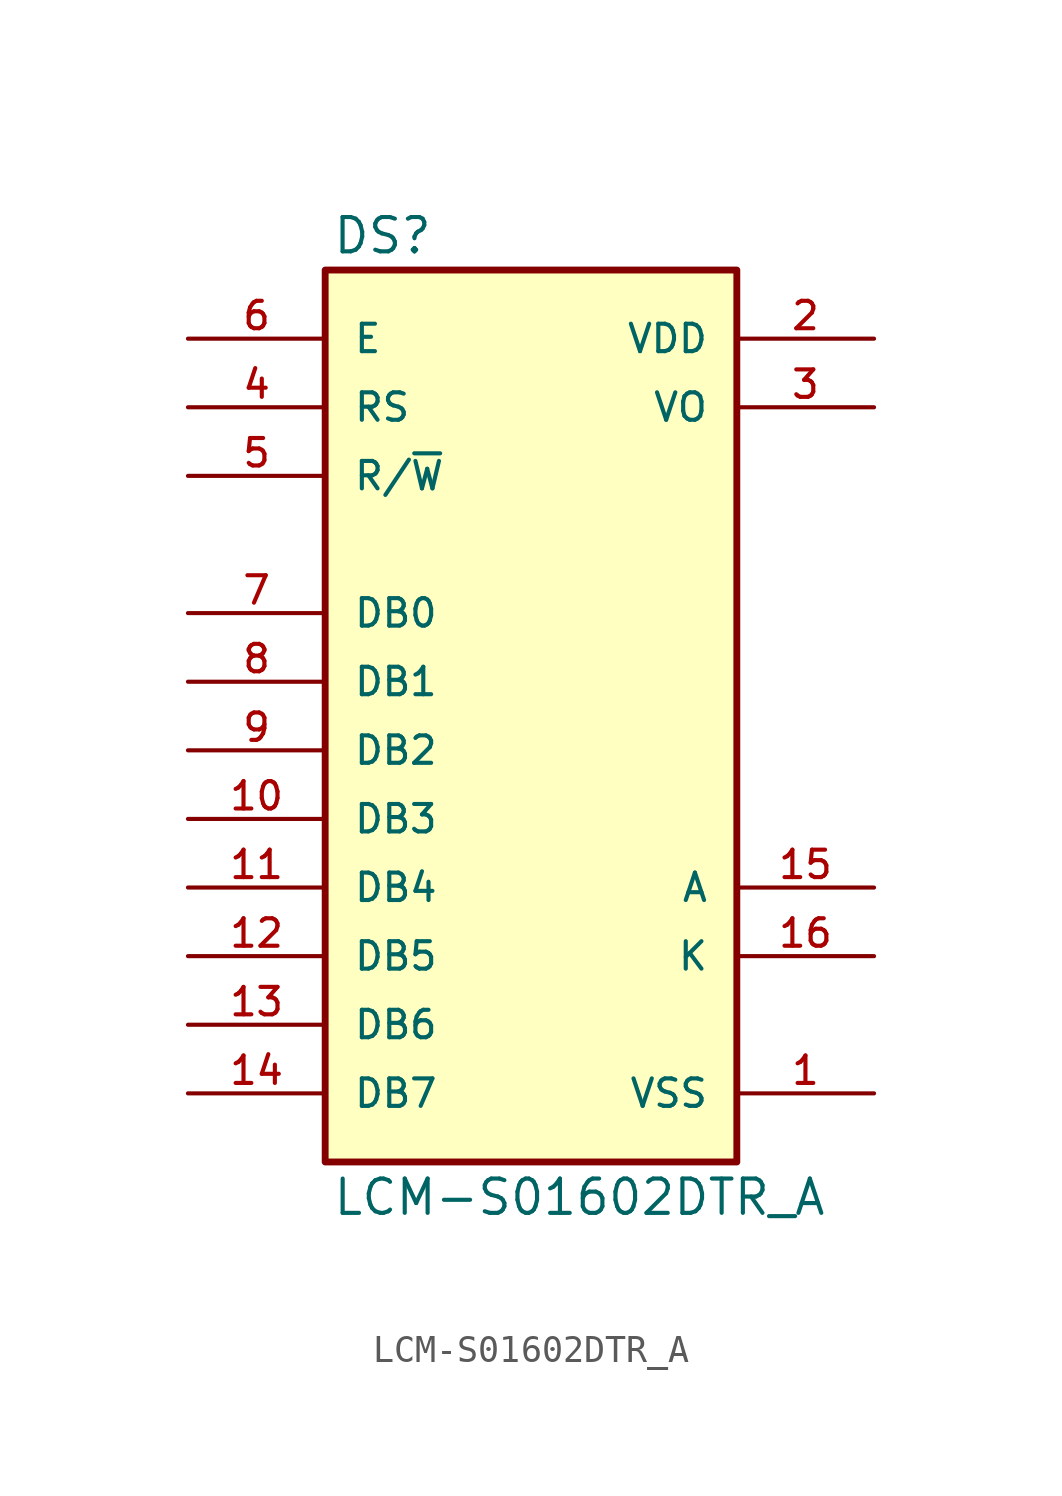
<source format=kicad_sym>
(kicad_symbol_lib
  (version 20211014)
  (generator kicad_symbol_editor)
  (symbol "LCM-S01602DTR_A"
    (pin_names
      (offset 1.016))
    (property "Reference" "DS"
      (at -9.918 18.31 0)
      (effects (font (size 1.27 1.27)) (justify bottom left)))
    (property "Value" "LCM-S01602DTR_A"
      (at -9.915 -17.287 0)
      (effects (font (size 1.27 1.27)) (justify bottom left)))
    (symbol "LCM-S01602DTR_A_0_0"
      (rectangle (start -10.16 -15.24) (end 5.08 17.78) (stroke (width 0.254)) (fill (type background)))
      (pin power_in line (at 10.16 -12.7 180.0) (length 5.08) (name "VSS" (effects (font (size 1.016 1.016)))) (number "1" (effects (font (size 1.016 1.016)))))
      (pin power_in line (at 10.16 15.24 180.0) (length 5.08) (name "VDD" (effects (font (size 1.016 1.016)))) (number "2" (effects (font (size 1.016 1.016)))))
      (pin power_in line (at 10.16 12.7 180.0) (length 5.08) (name "VO" (effects (font (size 1.016 1.016)))) (number "3" (effects (font (size 1.016 1.016)))))
      (pin input line (at -15.24 12.7 0) (length 5.08) (name "RS" (effects (font (size 1.016 1.016)))) (number "4" (effects (font (size 1.016 1.016)))))
      (pin input line (at -15.24 10.16 0) (length 5.08) (name "R/~{W}" (effects (font (size 1.016 1.016)))) (number "5" (effects (font (size 1.016 1.016)))))
      (pin input line (at -15.24 15.24 0) (length 5.08) (name "E" (effects (font (size 1.016 1.016)))) (number "6" (effects (font (size 1.016 1.016)))))
      (pin bidirectional line (at -15.24 5.08 0) (length 5.08) (name "DB0" (effects (font (size 1.016 1.016)))) (number "7" (effects (font (size 1.016 1.016)))))
      (pin bidirectional line (at -15.24 2.54 0) (length 5.08) (name "DB1" (effects (font (size 1.016 1.016)))) (number "8" (effects (font (size 1.016 1.016)))))
      (pin bidirectional line (at -15.24 0.0 0) (length 5.08) (name "DB2" (effects (font (size 1.016 1.016)))) (number "9" (effects (font (size 1.016 1.016)))))
      (pin bidirectional line (at -15.24 -2.54 0) (length 5.08) (name "DB3" (effects (font (size 1.016 1.016)))) (number "10" (effects (font (size 1.016 1.016)))))
      (pin bidirectional line (at -15.24 -5.08 0) (length 5.08) (name "DB4" (effects (font (size 1.016 1.016)))) (number "11" (effects (font (size 1.016 1.016)))))
      (pin bidirectional line (at -15.24 -7.62 0) (length 5.08) (name "DB5" (effects (font (size 1.016 1.016)))) (number "12" (effects (font (size 1.016 1.016)))))
      (pin bidirectional line (at -15.24 -10.16 0) (length 5.08) (name "DB6" (effects (font (size 1.016 1.016)))) (number "13" (effects (font (size 1.016 1.016)))))
      (pin bidirectional line (at -15.24 -12.7 0) (length 5.08) (name "DB7" (effects (font (size 1.016 1.016)))) (number "14" (effects (font (size 1.016 1.016)))))
      (pin passive line (at 10.16 -5.08 180.0) (length 5.08) (name "A" (effects (font (size 1.016 1.016)))) (number "15" (effects (font (size 1.016 1.016)))))
      (pin passive line (at 10.16 -7.62 180.0) (length 5.08) (name "K" (effects (font (size 1.016 1.016)))) (number "16" (effects (font (size 1.016 1.016))))))))
</source>
